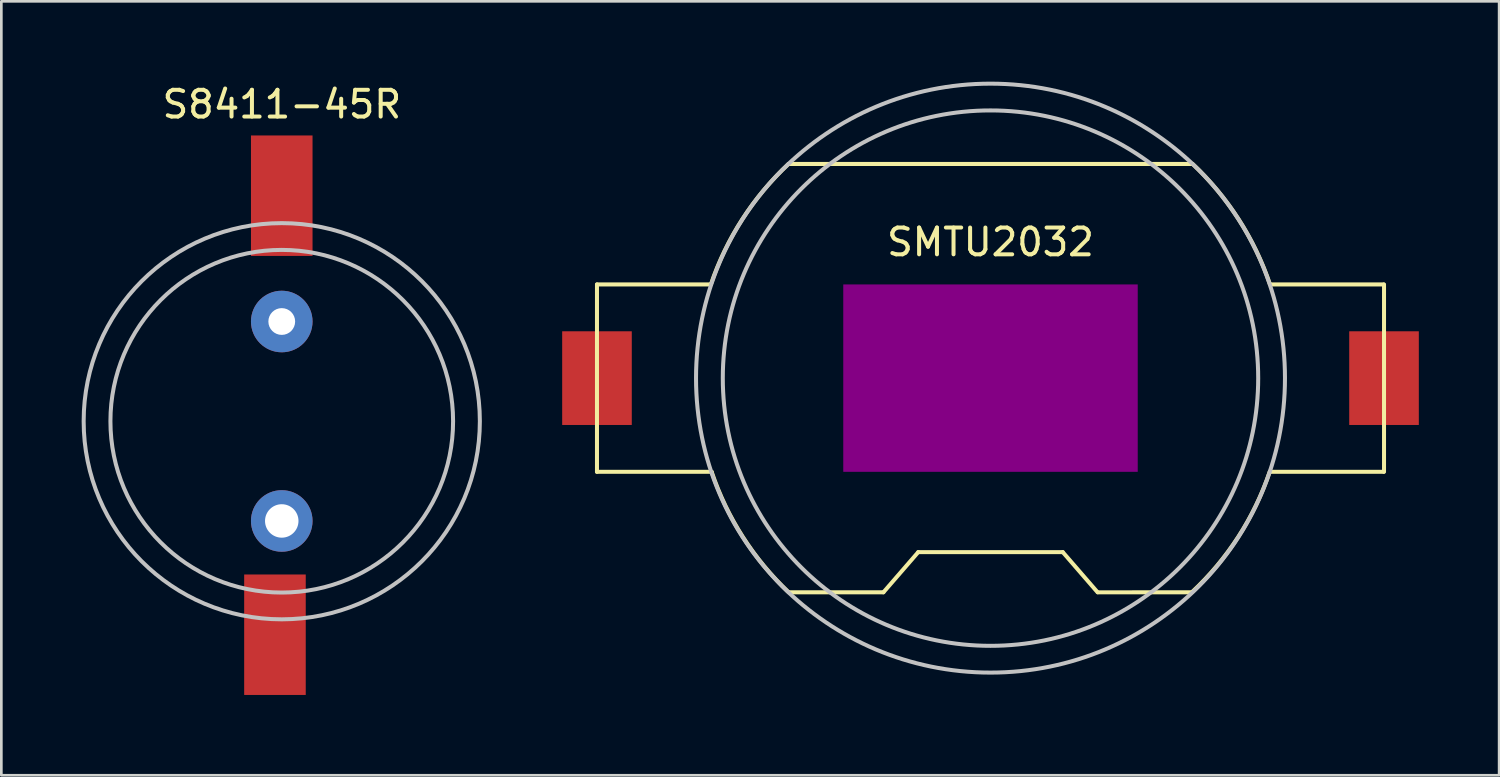
<source format=kicad_pcb>
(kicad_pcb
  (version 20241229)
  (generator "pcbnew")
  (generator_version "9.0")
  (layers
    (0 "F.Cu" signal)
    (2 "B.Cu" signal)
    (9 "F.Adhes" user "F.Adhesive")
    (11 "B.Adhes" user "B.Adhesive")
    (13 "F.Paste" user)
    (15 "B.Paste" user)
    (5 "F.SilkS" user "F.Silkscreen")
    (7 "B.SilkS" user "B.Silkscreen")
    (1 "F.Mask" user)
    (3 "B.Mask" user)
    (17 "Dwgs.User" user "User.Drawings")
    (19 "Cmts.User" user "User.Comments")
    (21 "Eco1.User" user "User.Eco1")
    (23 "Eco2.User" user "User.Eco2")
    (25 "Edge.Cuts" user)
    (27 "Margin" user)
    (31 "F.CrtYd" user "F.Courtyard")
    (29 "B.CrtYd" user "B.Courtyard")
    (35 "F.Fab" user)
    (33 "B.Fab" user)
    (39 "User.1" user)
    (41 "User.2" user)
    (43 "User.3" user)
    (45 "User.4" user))
  (footprint "SMTU2032"
    (layer "F.Cu")
    (at 33.95 11.075)
    (property "Reference" "SMTU2032" (at 0 -5.08 0) (layer "F.SilkS") (effects (font (size 1 1) (thickness 0.15))))
    (attr through_hole)
    (fp_line (start -14.7 -3.5) (end -10.439 -3.5) (stroke (width 0.15) (type solid)) (layer "F.SilkS"))
    (fp_line (start -14.7 3.5) (end -14.7 -3.5) (stroke (width 0.15) (type solid)) (layer "F.SilkS"))
    (fp_line (start -14.7 3.5) (end -10.414 3.5) (stroke (width 0.15) (type solid)) (layer "F.SilkS"))
    (fp_line (start -7.544 -8) (end 7.518 -8) (stroke (width 0.15) (type solid)) (layer "F.SilkS"))
    (fp_line (start -7.5 8) (end -4 8) (stroke (width 0.15) (type solid)) (layer "F.SilkS"))
    (fp_line (start -4 8) (end -2.7 6.5) (stroke (width 0.15) (type solid)) (layer "F.SilkS"))
    (fp_line (start -2.7 6.5) (end 2.7 6.5) (stroke (width 0.15) (type solid)) (layer "F.SilkS"))
    (fp_line (start 4 8) (end 2.7 6.5) (stroke (width 0.15) (type solid)) (layer "F.SilkS"))
    (fp_line (start 4.013 8.001) (end 7.5 8) (stroke (width 0.15) (type solid)) (layer "F.SilkS"))
    (fp_line (start 14.681 -3.5) (end 10.465 -3.5) (stroke (width 0.15) (type solid)) (layer "F.SilkS"))
    (fp_line (start 14.681 3.5) (end 10.49 3.5) (stroke (width 0.15) (type solid)) (layer "F.SilkS"))
    (fp_line (start 14.7 3.5) (end 14.7 -3.5) (stroke (width 0.15) (type solid)) (layer "F.SilkS"))
    (fp_arc (start -10.443673 -3.506645) (mid -9.272518 -5.9337) (end -7.5438 -8.001) (stroke (width 0.15) (type solid)) (layer "F.SilkS"))
    (fp_arc (start -7.541046 7.998089) (mid -9.253087 5.927853) (end -10.414 3.5052) (stroke (width 0.15) (type solid)) (layer "F.SilkS"))
    (fp_arc (start 7.546293 -8.003652) (mid 9.269592 -5.93241) (end 10.4394 -3.5052) (stroke (width 0.15) (type solid)) (layer "F.SilkS"))
    (fp_arc (start 10.433241 3.48666) (mid 9.257717 5.925846) (end 7.5184 8.001) (stroke (width 0.15) (type solid)) (layer "F.SilkS"))
    (fp_circle (center 0 0) (end 10 0) (stroke (width 0.15) (type solid)) (fill no) (layer "Dwgs.User"))
    (fp_circle (center 0 0) (end 11 0) (stroke (width 0.15) (type solid)) (fill no) (layer "Dwgs.User"))
    (pad "" smd rect (at 0 0) (size 11 7) (layers "F.Adhes"))
    (pad "1" smd rect (at -14.7 0) (size 2.6 3.5) (layers "F.Cu" "F.Mask" "F.Paste"))
    (pad "2" smd rect (at 14.7 0) (size 2.6 3.5) (layers "F.Cu" "F.Mask" "F.Paste")))
  (footprint "S8411-45R"
    (layer "F.Cu")
    (at 7.475 12.685)
    (property "Reference" "S8411-45R" (at 0.005 -11.836 0) (layer "F.SilkS") (effects (font (size 1 1) (thickness 0.15))))
    (attr through_hole)
    (fp_circle (center 0 0) (end 6.4 0) (stroke (width 0.15) (type solid)) (fill no) (layer "Dwgs.User"))
    (fp_circle (center 0 0) (end 7.4 0) (stroke (width 0.15) (type solid)) (fill no) (layer "Dwgs.User"))
    (pad "" thru_hole circle (at 0 -3.725) (size 2.3 2.3) (drill 1) (layers "*.Cu" "*.Mask"))
    (pad "" thru_hole circle (at 0 3.725) (size 2.3 2.3) (drill 1.25) (layers "*.Cu" "*.Mask"))
    (pad "1" smd rect (at -0.254 7.975) (size 2.3 4.5) (layers "F.Cu" "F.Mask" "F.Paste"))
    (pad "2" smd rect (at 0 -8.425) (size 2.3 4.5) (layers "F.Cu" "F.Mask" "F.Paste")))
  (gr_rect
    (start -3 -3)
    (end 52.95 25.91)
    (stroke (width 0.1) (type default))
    (fill no)
    (layer "Edge.Cuts")))
</source>
